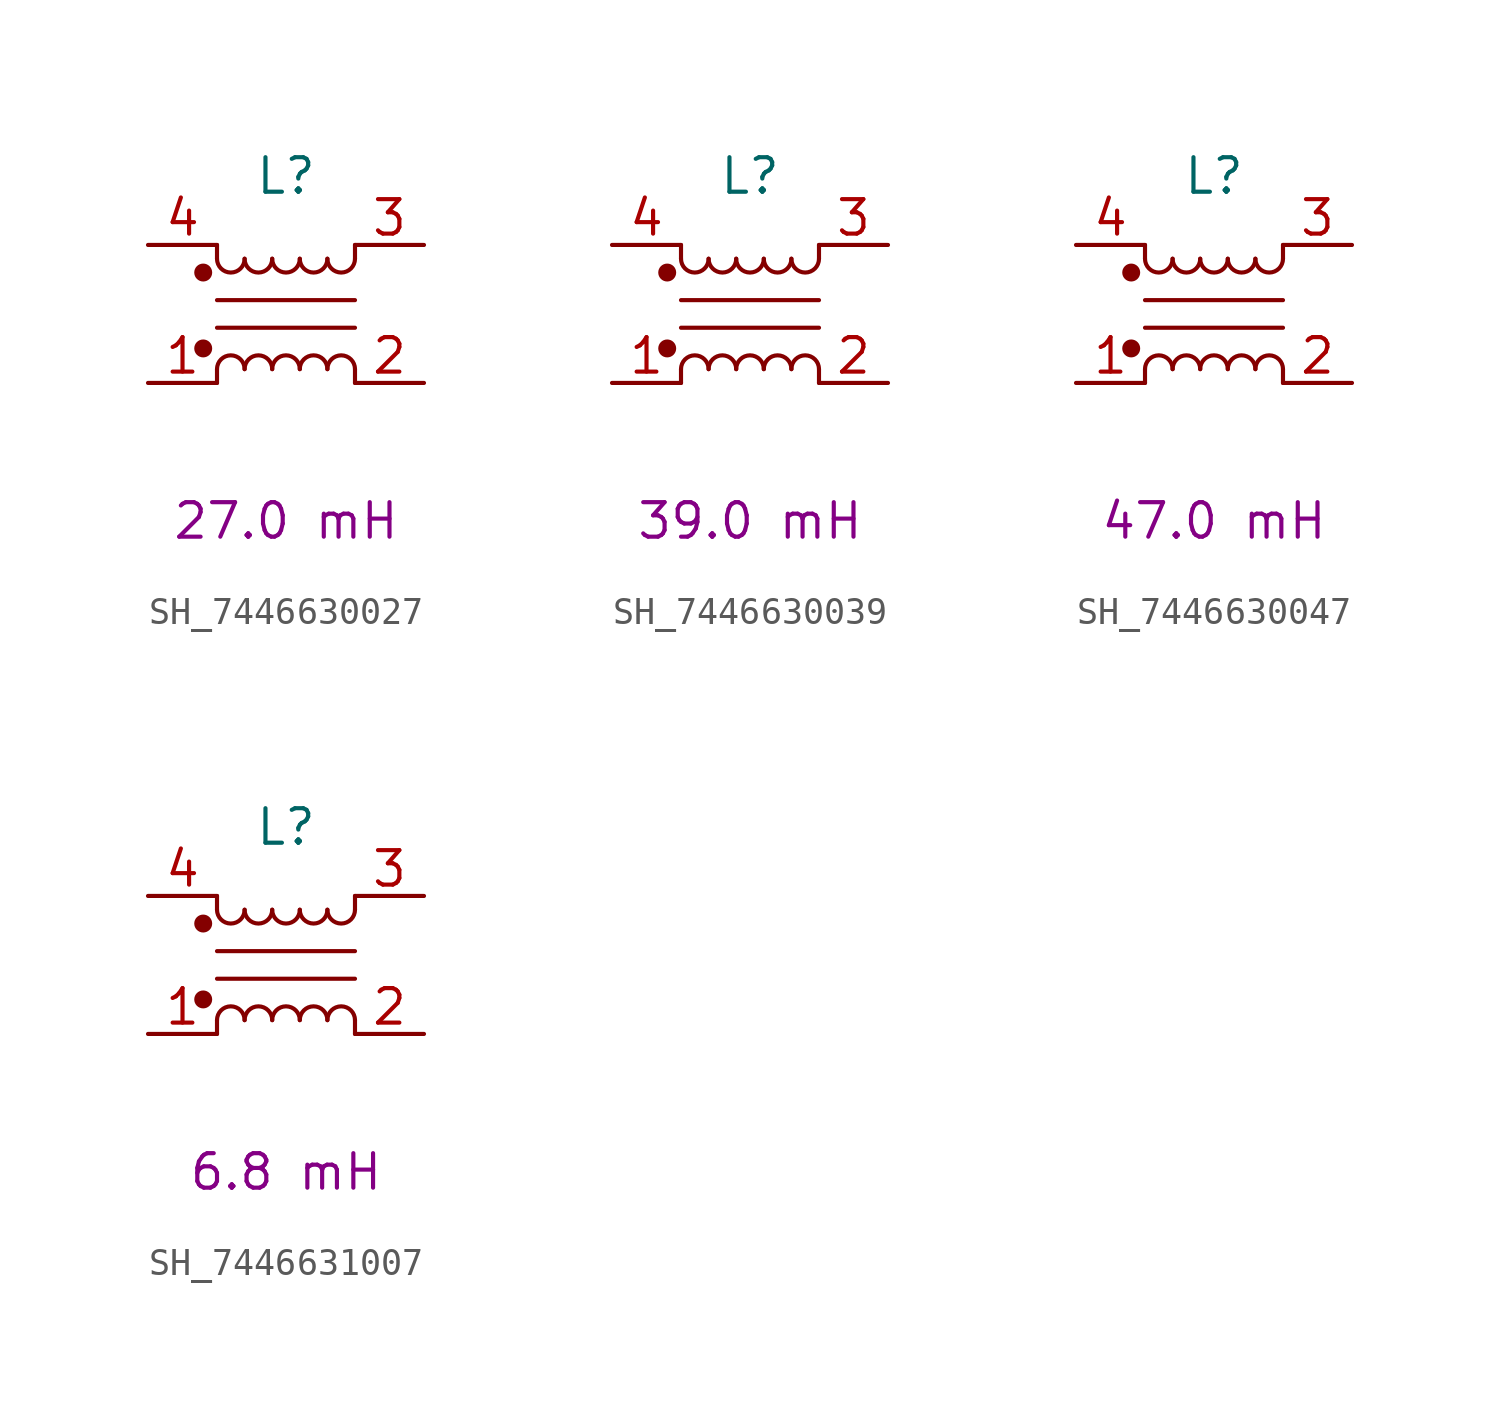
<source format=kicad_sym>
(kicad_symbol_lib
  (version 20220914)
  (generator kicad_symbol_editor)
  (symbol "SH_7446630027"
    (pin_names hide)
    (property "Reference" "L"
      (at 0 5.08 0)
      (effects (font (size 1.27 1.27))))
    (property "Critical Parameter" "27.0 mH"
      (at 0 -7.62 0)
      (effects (font (size 1.27 1.27))))
    (symbol "SH_7446630027_0_1"
      (circle (center -3.048 -1.27) (radius 0.254) (stroke (width 0) (type default)) (fill (type outline)))
      (circle (center -3.048 1.524) (radius 0.254) (stroke (width 0) (type default)) (fill (type outline)))
      (arc (start -2.54 2.032) (mid -2.032 1.5262) (end -1.524 2.032) (stroke (width 0) (type default)) (fill (type none)))
      (arc (start -1.524 -2.032) (mid -2.032 -1.5262) (end -2.54 -2.032) (stroke (width 0) (type default)) (fill (type none)))
      (arc (start -1.524 2.032) (mid -1.016 1.5262) (end -0.508 2.032) (stroke (width 0) (type default)) (fill (type none)))
      (arc (start -0.508 -2.032) (mid -1.016 -1.5262) (end -1.524 -2.032) (stroke (width 0) (type default)) (fill (type none)))
      (arc (start -0.508 2.032) (mid 0 1.5262) (end 0.508 2.032) (stroke (width 0) (type default)) (fill (type none)))
      (polyline (pts (xy -2.54 -2.032) (xy -2.54 -2.54)) (stroke (width 0) (type default)) (fill (type none)))
      (polyline (pts (xy -2.54 0.508) (xy 2.54 0.508)) (stroke (width 0) (type default)) (fill (type none)))
      (polyline (pts (xy -2.54 2.032) (xy -2.54 2.54)) (stroke (width 0) (type default)) (fill (type none)))
      (polyline (pts (xy 2.54 -2.032) (xy 2.54 -2.54)) (stroke (width 0) (type default)) (fill (type none)))
      (polyline (pts (xy 2.54 -0.508) (xy -2.54 -0.508)) (stroke (width 0) (type default)) (fill (type none)))
      (polyline (pts (xy 2.54 2.54) (xy 2.54 2.032)) (stroke (width 0) (type default)) (fill (type none)))
      (arc (start 0.508 -2.032) (mid 0 -1.5262) (end -0.508 -2.032) (stroke (width 0) (type default)) (fill (type none)))
      (arc (start 0.508 2.032) (mid 1.016 1.5262) (end 1.524 2.032) (stroke (width 0) (type default)) (fill (type none)))
      (arc (start 1.524 -2.032) (mid 1.016 -1.5262) (end 0.508 -2.032) (stroke (width 0) (type default)) (fill (type none)))
      (arc (start 1.524 2.032) (mid 2.032 1.5262) (end 2.54 2.032) (stroke (width 0) (type default)) (fill (type none)))
      (arc (start 2.54 -2.032) (mid 2.032 -1.5262) (end 1.524 -2.032) (stroke (width 0) (type default)) (fill (type none))))
    (symbol "SH_7446630027_1_1"
      (pin passive line (at -5.08 -2.54 0) (length 2.54) (name "1" (effects (font (size 1.27 1.27)))) (number "1" (effects (font (size 1.27 1.27)))))
      (pin passive line (at 5.08 -2.54 180) (length 2.54) (name "2" (effects (font (size 1.27 1.27)))) (number "2" (effects (font (size 1.27 1.27)))))
      (pin passive line (at 5.08 2.54 180) (length 2.54) (name "3" (effects (font (size 1.27 1.27)))) (number "3" (effects (font (size 1.27 1.27)))))
      (pin passive line (at -5.08 2.54 0) (length 2.54) (name "4" (effects (font (size 1.27 1.27)))) (number "4" (effects (font (size 1.27 1.27)))))))
  (symbol "SH_7446630039"
    (pin_names hide)
    (property "Reference" "L"
      (at 0 5.08 0)
      (effects (font (size 1.27 1.27))))
    (property "Critical Parameter" "39.0 mH"
      (at 0 -7.62 0)
      (effects (font (size 1.27 1.27))))
    (symbol "SH_7446630039_0_1"
      (circle (center -3.048 -1.27) (radius 0.254) (stroke (width 0) (type default)) (fill (type outline)))
      (circle (center -3.048 1.524) (radius 0.254) (stroke (width 0) (type default)) (fill (type outline)))
      (arc (start -2.54 2.032) (mid -2.032 1.5262) (end -1.524 2.032) (stroke (width 0) (type default)) (fill (type none)))
      (arc (start -1.524 -2.032) (mid -2.032 -1.5262) (end -2.54 -2.032) (stroke (width 0) (type default)) (fill (type none)))
      (arc (start -1.524 2.032) (mid -1.016 1.5262) (end -0.508 2.032) (stroke (width 0) (type default)) (fill (type none)))
      (arc (start -0.508 -2.032) (mid -1.016 -1.5262) (end -1.524 -2.032) (stroke (width 0) (type default)) (fill (type none)))
      (arc (start -0.508 2.032) (mid 0 1.5262) (end 0.508 2.032) (stroke (width 0) (type default)) (fill (type none)))
      (polyline (pts (xy -2.54 -2.032) (xy -2.54 -2.54)) (stroke (width 0) (type default)) (fill (type none)))
      (polyline (pts (xy -2.54 0.508) (xy 2.54 0.508)) (stroke (width 0) (type default)) (fill (type none)))
      (polyline (pts (xy -2.54 2.032) (xy -2.54 2.54)) (stroke (width 0) (type default)) (fill (type none)))
      (polyline (pts (xy 2.54 -2.032) (xy 2.54 -2.54)) (stroke (width 0) (type default)) (fill (type none)))
      (polyline (pts (xy 2.54 -0.508) (xy -2.54 -0.508)) (stroke (width 0) (type default)) (fill (type none)))
      (polyline (pts (xy 2.54 2.54) (xy 2.54 2.032)) (stroke (width 0) (type default)) (fill (type none)))
      (arc (start 0.508 -2.032) (mid 0 -1.5262) (end -0.508 -2.032) (stroke (width 0) (type default)) (fill (type none)))
      (arc (start 0.508 2.032) (mid 1.016 1.5262) (end 1.524 2.032) (stroke (width 0) (type default)) (fill (type none)))
      (arc (start 1.524 -2.032) (mid 1.016 -1.5262) (end 0.508 -2.032) (stroke (width 0) (type default)) (fill (type none)))
      (arc (start 1.524 2.032) (mid 2.032 1.5262) (end 2.54 2.032) (stroke (width 0) (type default)) (fill (type none)))
      (arc (start 2.54 -2.032) (mid 2.032 -1.5262) (end 1.524 -2.032) (stroke (width 0) (type default)) (fill (type none))))
    (symbol "SH_7446630039_1_1"
      (pin passive line (at -5.08 -2.54 0) (length 2.54) (name "1" (effects (font (size 1.27 1.27)))) (number "1" (effects (font (size 1.27 1.27)))))
      (pin passive line (at 5.08 -2.54 180) (length 2.54) (name "2" (effects (font (size 1.27 1.27)))) (number "2" (effects (font (size 1.27 1.27)))))
      (pin passive line (at 5.08 2.54 180) (length 2.54) (name "3" (effects (font (size 1.27 1.27)))) (number "3" (effects (font (size 1.27 1.27)))))
      (pin passive line (at -5.08 2.54 0) (length 2.54) (name "4" (effects (font (size 1.27 1.27)))) (number "4" (effects (font (size 1.27 1.27)))))))
  (symbol "SH_7446630047"
    (pin_names hide)
    (property "Reference" "L"
      (at 0 5.08 0)
      (effects (font (size 1.27 1.27))))
    (property "Critical Parameter" "47.0 mH"
      (at 0 -7.62 0)
      (effects (font (size 1.27 1.27))))
    (symbol "SH_7446630047_0_1"
      (circle (center -3.048 -1.27) (radius 0.254) (stroke (width 0) (type default)) (fill (type outline)))
      (circle (center -3.048 1.524) (radius 0.254) (stroke (width 0) (type default)) (fill (type outline)))
      (arc (start -2.54 2.032) (mid -2.032 1.5262) (end -1.524 2.032) (stroke (width 0) (type default)) (fill (type none)))
      (arc (start -1.524 -2.032) (mid -2.032 -1.5262) (end -2.54 -2.032) (stroke (width 0) (type default)) (fill (type none)))
      (arc (start -1.524 2.032) (mid -1.016 1.5262) (end -0.508 2.032) (stroke (width 0) (type default)) (fill (type none)))
      (arc (start -0.508 -2.032) (mid -1.016 -1.5262) (end -1.524 -2.032) (stroke (width 0) (type default)) (fill (type none)))
      (arc (start -0.508 2.032) (mid 0 1.5262) (end 0.508 2.032) (stroke (width 0) (type default)) (fill (type none)))
      (polyline (pts (xy -2.54 -2.032) (xy -2.54 -2.54)) (stroke (width 0) (type default)) (fill (type none)))
      (polyline (pts (xy -2.54 0.508) (xy 2.54 0.508)) (stroke (width 0) (type default)) (fill (type none)))
      (polyline (pts (xy -2.54 2.032) (xy -2.54 2.54)) (stroke (width 0) (type default)) (fill (type none)))
      (polyline (pts (xy 2.54 -2.032) (xy 2.54 -2.54)) (stroke (width 0) (type default)) (fill (type none)))
      (polyline (pts (xy 2.54 -0.508) (xy -2.54 -0.508)) (stroke (width 0) (type default)) (fill (type none)))
      (polyline (pts (xy 2.54 2.54) (xy 2.54 2.032)) (stroke (width 0) (type default)) (fill (type none)))
      (arc (start 0.508 -2.032) (mid 0 -1.5262) (end -0.508 -2.032) (stroke (width 0) (type default)) (fill (type none)))
      (arc (start 0.508 2.032) (mid 1.016 1.5262) (end 1.524 2.032) (stroke (width 0) (type default)) (fill (type none)))
      (arc (start 1.524 -2.032) (mid 1.016 -1.5262) (end 0.508 -2.032) (stroke (width 0) (type default)) (fill (type none)))
      (arc (start 1.524 2.032) (mid 2.032 1.5262) (end 2.54 2.032) (stroke (width 0) (type default)) (fill (type none)))
      (arc (start 2.54 -2.032) (mid 2.032 -1.5262) (end 1.524 -2.032) (stroke (width 0) (type default)) (fill (type none))))
    (symbol "SH_7446630047_1_1"
      (pin passive line (at -5.08 -2.54 0) (length 2.54) (name "1" (effects (font (size 1.27 1.27)))) (number "1" (effects (font (size 1.27 1.27)))))
      (pin passive line (at 5.08 -2.54 180) (length 2.54) (name "2" (effects (font (size 1.27 1.27)))) (number "2" (effects (font (size 1.27 1.27)))))
      (pin passive line (at 5.08 2.54 180) (length 2.54) (name "3" (effects (font (size 1.27 1.27)))) (number "3" (effects (font (size 1.27 1.27)))))
      (pin passive line (at -5.08 2.54 0) (length 2.54) (name "4" (effects (font (size 1.27 1.27)))) (number "4" (effects (font (size 1.27 1.27)))))))
  (symbol "SH_7446631007"
    (pin_names hide)
    (property "Reference" "L"
      (at 0 5.08 0)
      (effects (font (size 1.27 1.27))))
    (property "Critical Parameter" "6.8 mH"
      (at 0 -7.62 0)
      (effects (font (size 1.27 1.27))))
    (symbol "SH_7446631007_0_1"
      (circle (center -3.048 -1.27) (radius 0.254) (stroke (width 0) (type default)) (fill (type outline)))
      (circle (center -3.048 1.524) (radius 0.254) (stroke (width 0) (type default)) (fill (type outline)))
      (arc (start -2.54 2.032) (mid -2.032 1.5262) (end -1.524 2.032) (stroke (width 0) (type default)) (fill (type none)))
      (arc (start -1.524 -2.032) (mid -2.032 -1.5262) (end -2.54 -2.032) (stroke (width 0) (type default)) (fill (type none)))
      (arc (start -1.524 2.032) (mid -1.016 1.5262) (end -0.508 2.032) (stroke (width 0) (type default)) (fill (type none)))
      (arc (start -0.508 -2.032) (mid -1.016 -1.5262) (end -1.524 -2.032) (stroke (width 0) (type default)) (fill (type none)))
      (arc (start -0.508 2.032) (mid 0 1.5262) (end 0.508 2.032) (stroke (width 0) (type default)) (fill (type none)))
      (polyline (pts (xy -2.54 -2.032) (xy -2.54 -2.54)) (stroke (width 0) (type default)) (fill (type none)))
      (polyline (pts (xy -2.54 0.508) (xy 2.54 0.508)) (stroke (width 0) (type default)) (fill (type none)))
      (polyline (pts (xy -2.54 2.032) (xy -2.54 2.54)) (stroke (width 0) (type default)) (fill (type none)))
      (polyline (pts (xy 2.54 -2.032) (xy 2.54 -2.54)) (stroke (width 0) (type default)) (fill (type none)))
      (polyline (pts (xy 2.54 -0.508) (xy -2.54 -0.508)) (stroke (width 0) (type default)) (fill (type none)))
      (polyline (pts (xy 2.54 2.54) (xy 2.54 2.032)) (stroke (width 0) (type default)) (fill (type none)))
      (arc (start 0.508 -2.032) (mid 0 -1.5262) (end -0.508 -2.032) (stroke (width 0) (type default)) (fill (type none)))
      (arc (start 0.508 2.032) (mid 1.016 1.5262) (end 1.524 2.032) (stroke (width 0) (type default)) (fill (type none)))
      (arc (start 1.524 -2.032) (mid 1.016 -1.5262) (end 0.508 -2.032) (stroke (width 0) (type default)) (fill (type none)))
      (arc (start 1.524 2.032) (mid 2.032 1.5262) (end 2.54 2.032) (stroke (width 0) (type default)) (fill (type none)))
      (arc (start 2.54 -2.032) (mid 2.032 -1.5262) (end 1.524 -2.032) (stroke (width 0) (type default)) (fill (type none))))
    (symbol "SH_7446631007_1_1"
      (pin passive line (at -5.08 -2.54 0) (length 2.54) (name "1" (effects (font (size 1.27 1.27)))) (number "1" (effects (font (size 1.27 1.27)))))
      (pin passive line (at 5.08 -2.54 180) (length 2.54) (name "2" (effects (font (size 1.27 1.27)))) (number "2" (effects (font (size 1.27 1.27)))))
      (pin passive line (at 5.08 2.54 180) (length 2.54) (name "3" (effects (font (size 1.27 1.27)))) (number "3" (effects (font (size 1.27 1.27)))))
      (pin passive line (at -5.08 2.54 0) (length 2.54) (name "4" (effects (font (size 1.27 1.27)))) (number "4" (effects (font (size 1.27 1.27))))))))
</source>
